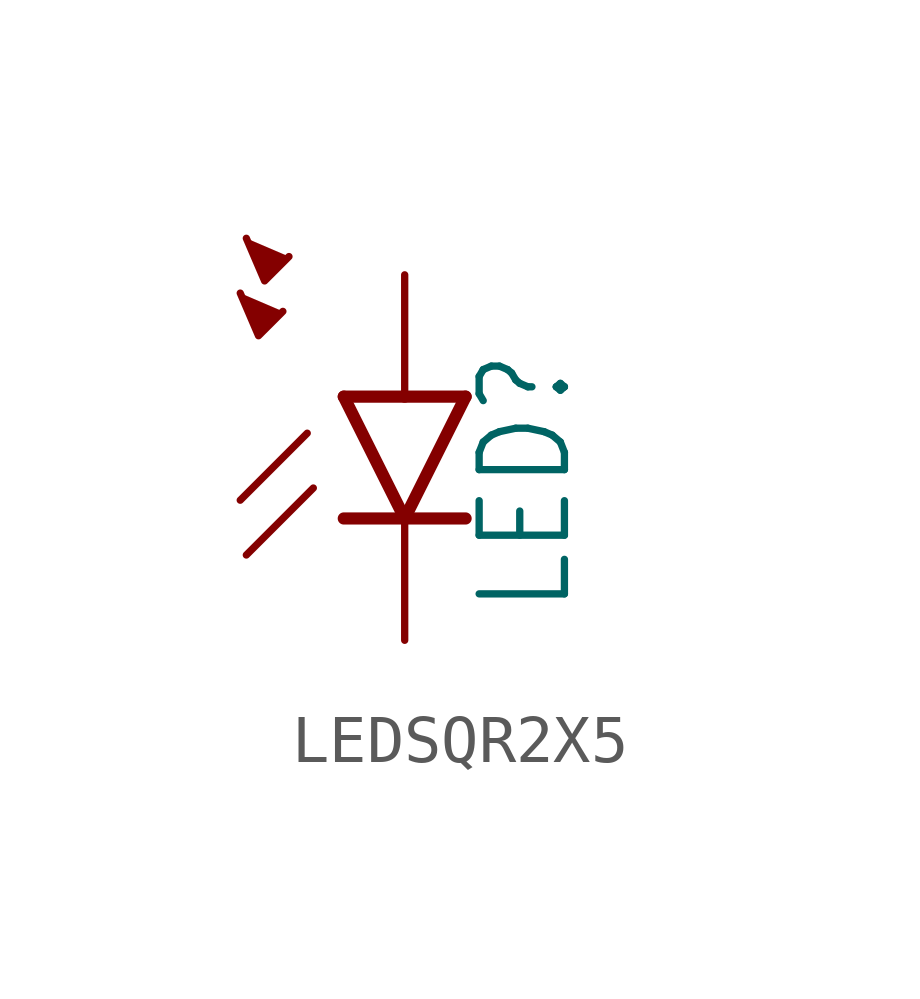
<source format=kicad_sym>
(kicad_symbol_lib
  (version 20241209)
  (generator "kicad_symbol_editor")
  (generator_version "9.0")
  (symbol "LEDSQR2X5"
    (property "Reference" "LED"
      (at 3.556 -4.572 90)
      (effects (font (size 1.778 1.511)) (justify left bottom)))
    (property "Value" ""
      (at 5.715 -4.572 90)
      (effects (font (size 1.778 1.511)) (justify left bottom)))
    (property "ki_locked" ""
      (at 0 0 0)
      (effects (font (size 1.27 1.27))))
    (symbol "LEDSQR2X5_1_0"
      (polyline (pts (xy -3.429 2.159) (xy -3.048 1.27) (xy -2.54 1.778)) (stroke (width 0.152) (type solid)) (fill (type outline)))
      (polyline (pts (xy -3.302 3.302) (xy -2.921 2.413) (xy -2.413 2.921)) (stroke (width 0.152) (type solid)) (fill (type outline)))
      (polyline (pts (xy -2.032 -0.762) (xy -3.429 -2.159)) (stroke (width 0.152) (type solid)) (fill (type none)))
      (polyline (pts (xy -1.905 -1.905) (xy -3.302 -3.302)) (stroke (width 0.152) (type solid)) (fill (type none)))
      (polyline (pts (xy 0 0) (xy -1.27 0)) (stroke (width 0.254) (type solid)) (fill (type none)))
      (polyline (pts (xy 0 -2.54) (xy -1.27 0)) (stroke (width 0.254) (type solid)) (fill (type none)))
      (polyline (pts (xy 0 -2.54) (xy -1.27 -2.54)) (stroke (width 0.254) (type solid)) (fill (type none)))
      (polyline (pts (xy 1.27 0) (xy 0 0)) (stroke (width 0.254) (type solid)) (fill (type none)))
      (polyline (pts (xy 1.27 0) (xy 0 -2.54)) (stroke (width 0.254) (type solid)) (fill (type none)))
      (polyline (pts (xy 1.27 -2.54) (xy 0 -2.54)) (stroke (width 0.254) (type solid)) (fill (type none)))
      (pin passive line (at 0 2.54 270) (length 2.54) (name "A" (effects (font (size 0 0)))) (number "A" (effects (font (size 0 0)))))
      (pin passive line (at 0 -5.08 90) (length 2.54) (name "C" (effects (font (size 0 0)))) (number "K" (effects (font (size 0 0))))))))
</source>
